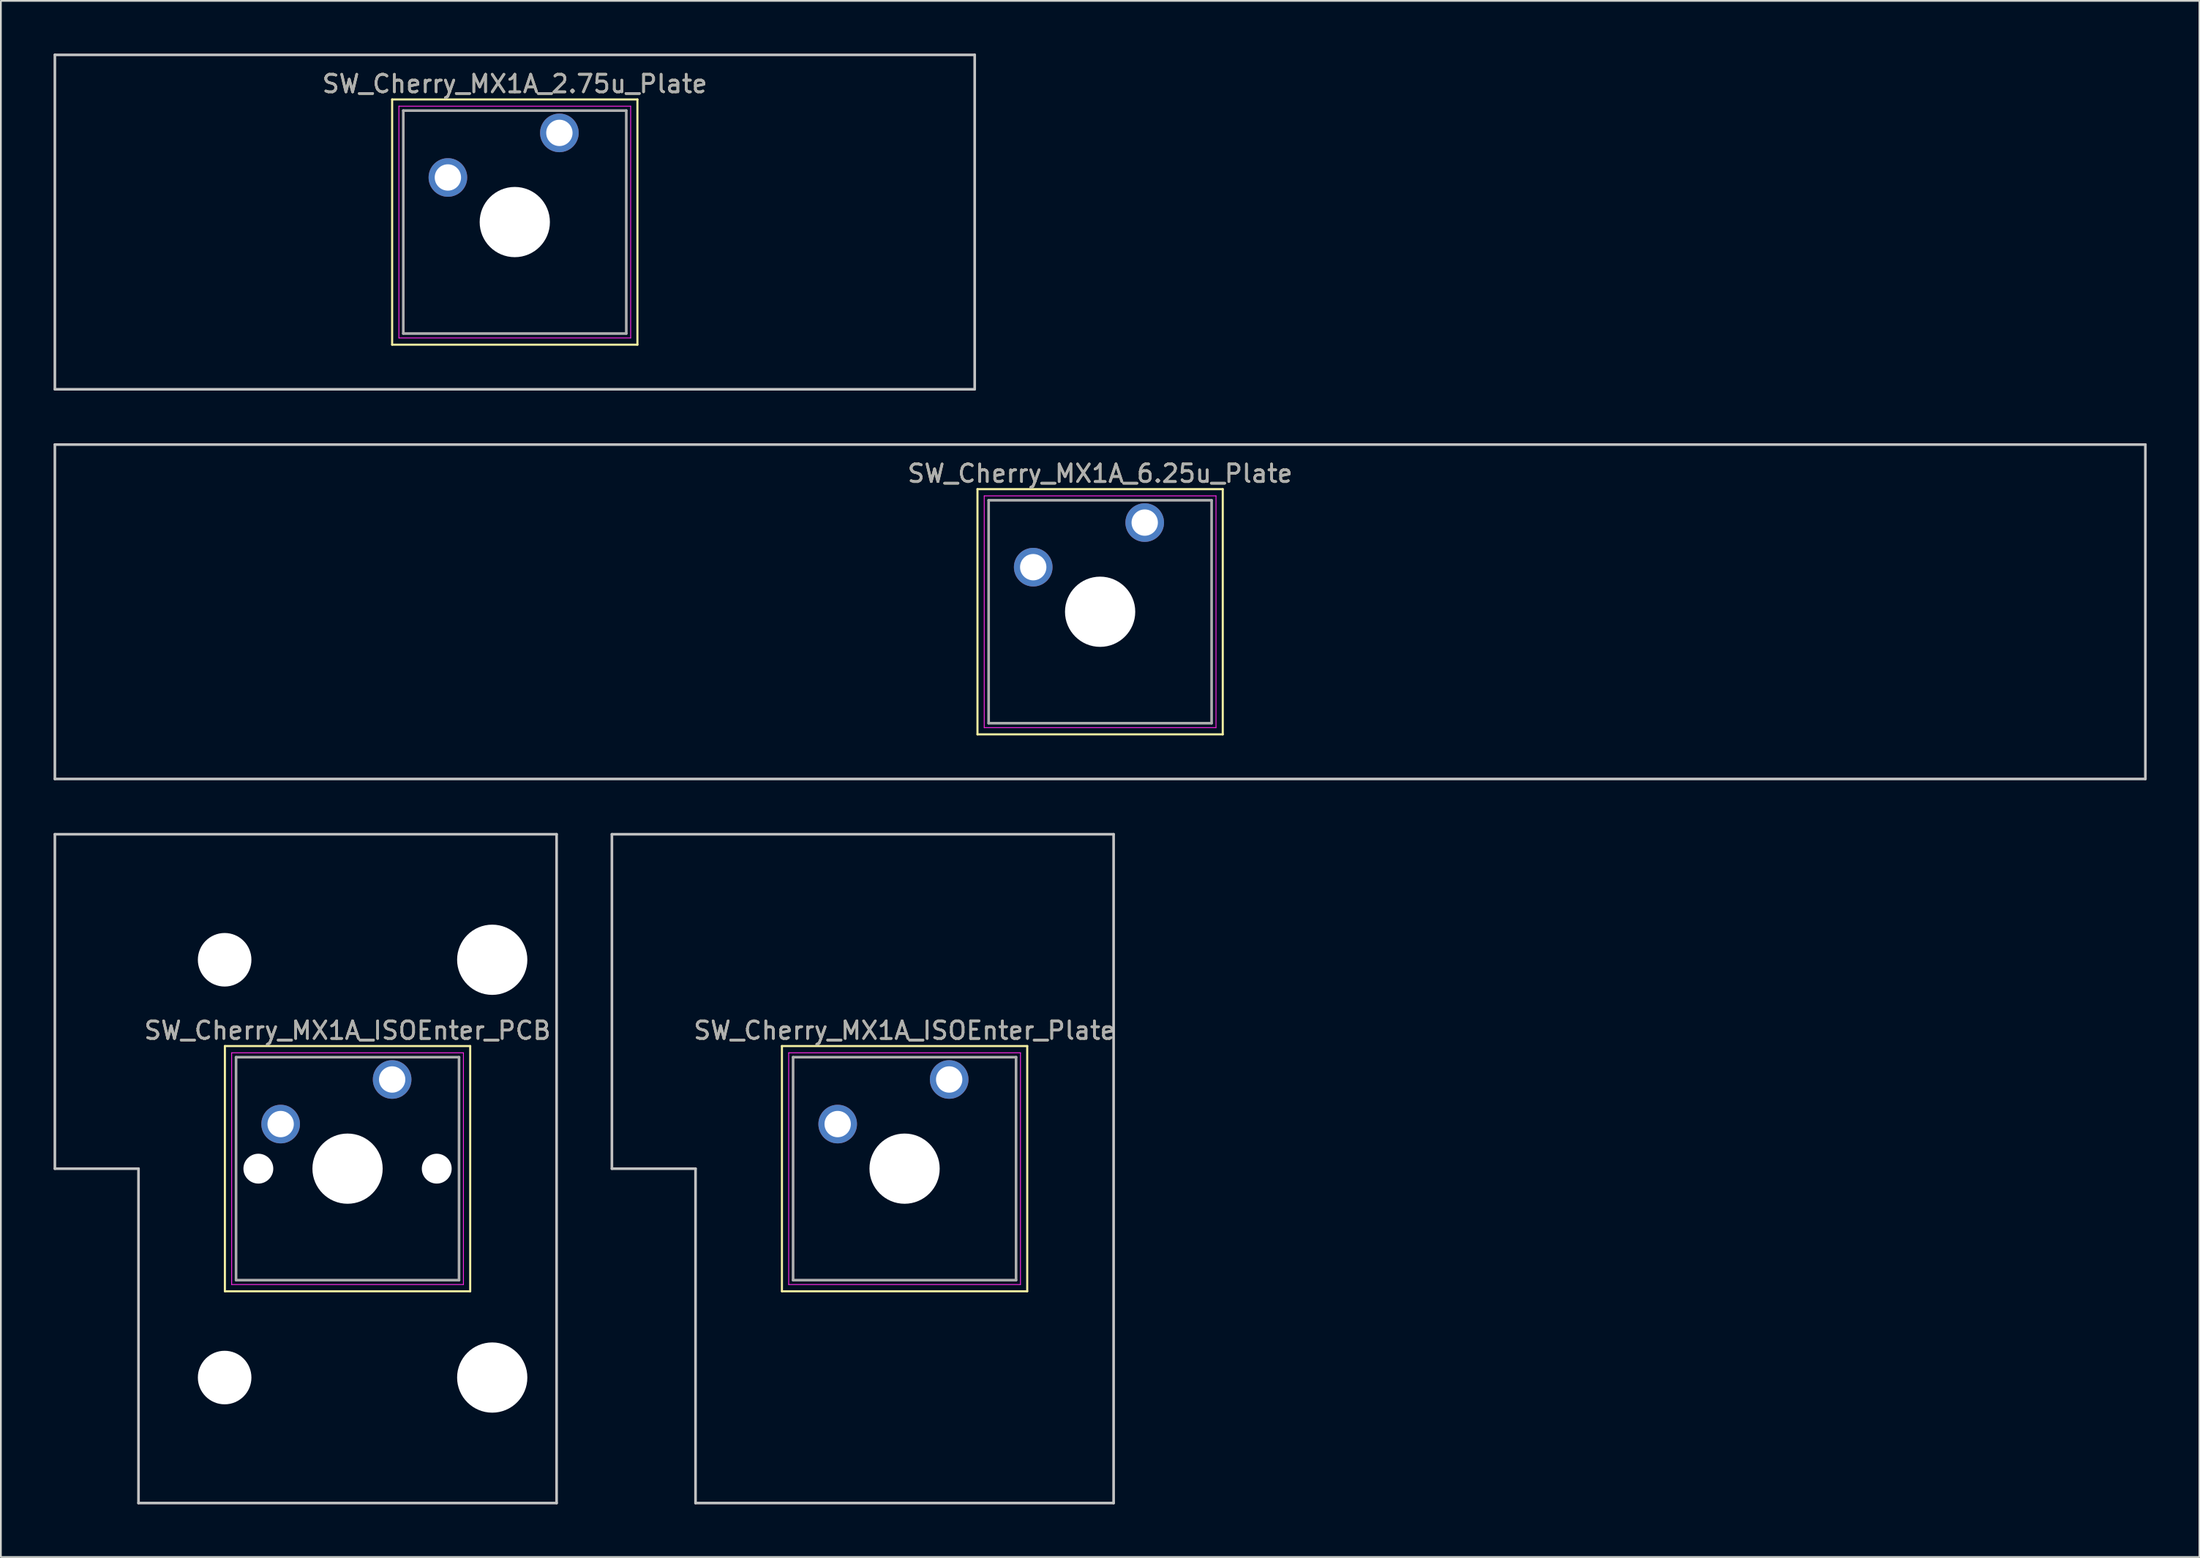
<source format=kicad_pcb>
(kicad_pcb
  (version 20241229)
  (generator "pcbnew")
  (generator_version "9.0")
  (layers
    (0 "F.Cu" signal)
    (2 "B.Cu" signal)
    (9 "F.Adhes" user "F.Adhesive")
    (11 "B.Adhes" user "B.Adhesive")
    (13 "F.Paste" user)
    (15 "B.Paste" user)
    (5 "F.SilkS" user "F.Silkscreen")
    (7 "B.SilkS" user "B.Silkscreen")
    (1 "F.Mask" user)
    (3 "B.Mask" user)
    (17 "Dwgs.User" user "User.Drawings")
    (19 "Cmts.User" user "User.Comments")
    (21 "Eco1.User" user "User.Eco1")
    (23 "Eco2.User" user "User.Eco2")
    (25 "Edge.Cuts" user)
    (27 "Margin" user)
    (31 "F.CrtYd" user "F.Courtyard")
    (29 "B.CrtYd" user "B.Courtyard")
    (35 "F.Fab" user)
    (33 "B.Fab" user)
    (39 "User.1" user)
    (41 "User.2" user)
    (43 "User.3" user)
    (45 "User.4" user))
  (footprint "SW_Cherry_MX1A_2.75u_Plate"
    (layer "F.Cu")
    (at 26.269 9.6)
    (property "Reference" "SW_Cherry_MX1A_2.75u_Plate" (at 0 -7.874 0) (layer "F.SilkS") (effects (font (size 1 1) (thickness 0.15))))
    (attr through_hole)
    (fp_line (start -6.985 -6.985) (end 6.985 -6.985) (stroke (width 0.12) (type solid)) (layer "F.SilkS"))
    (fp_line (start -6.985 6.985) (end -6.985 -6.985) (stroke (width 0.12) (type solid)) (layer "F.SilkS"))
    (fp_line (start 6.985 -6.985) (end 6.985 6.985) (stroke (width 0.12) (type solid)) (layer "F.SilkS"))
    (fp_line (start 6.985 6.985) (end -6.985 6.985) (stroke (width 0.12) (type solid)) (layer "F.SilkS"))
    (fp_line (start -26.194 -9.525) (end 26.194 -9.525) (stroke (width 0.15) (type solid)) (layer "Dwgs.User"))
    (fp_line (start -26.194 9.525) (end -26.194 -9.525) (stroke (width 0.15) (type solid)) (layer "Dwgs.User"))
    (fp_line (start 26.194 -9.525) (end 26.194 9.525) (stroke (width 0.15) (type solid)) (layer "Dwgs.User"))
    (fp_line (start 26.194 9.525) (end -26.194 9.525) (stroke (width 0.15) (type solid)) (layer "Dwgs.User"))
    (fp_line (start -6.6 -6.6) (end 6.6 -6.6) (stroke (width 0.05) (type solid)) (layer "F.CrtYd"))
    (fp_line (start -6.6 6.6) (end -6.6 -6.6) (stroke (width 0.05) (type solid)) (layer "F.CrtYd"))
    (fp_line (start 6.6 -6.6) (end 6.6 6.6) (stroke (width 0.05) (type solid)) (layer "F.CrtYd"))
    (fp_line (start 6.6 6.6) (end -6.6 6.6) (stroke (width 0.05) (type solid)) (layer "F.CrtYd"))
    (fp_line (start -6.35 -6.35) (end 6.35 -6.35) (stroke (width 0.15) (type solid)) (layer "F.Fab"))
    (fp_line (start -6.35 6.35) (end -6.35 -6.35) (stroke (width 0.15) (type solid)) (layer "F.Fab"))
    (fp_line (start 6.35 -6.35) (end 6.35 6.35) (stroke (width 0.15) (type solid)) (layer "F.Fab"))
    (fp_line (start 6.35 6.35) (end -6.35 6.35) (stroke (width 0.15) (type solid)) (layer "F.Fab"))
    (fp_text user "${REFERENCE}" (at 0 -7.874 0) (layer "F.Fab") (effects (font (size 1 1) (thickness 0.15))))
    (pad "" np_thru_hole circle (at 0 0) (size 4 4) (drill 4) (layers "*.Cu" "*.Mask"))
    (pad "1" thru_hole circle (at 2.54 -5.08) (size 2.2 2.2) (drill 1.5) (layers "*.Cu" "*.Mask"))
    (pad "2" thru_hole circle (at -3.81 -2.54) (size 2.2 2.2) (drill 1.5) (layers "*.Cu" "*.Mask")))
  (footprint "SW_Cherry_MX1A_ISOEnter_PCB"
    (layer "F.Cu")
    (at 16.744 63.525)
    (property "Reference" "SW_Cherry_MX1A_ISOEnter_PCB" (at 0 -7.874 0) (layer "F.SilkS") (effects (font (size 1 1) (thickness 0.15))))
    (attr through_hole)
    (fp_line (start -6.985 -6.985) (end 6.985 -6.985) (stroke (width 0.12) (type solid)) (layer "F.SilkS"))
    (fp_line (start -6.985 6.985) (end -6.985 -6.985) (stroke (width 0.12) (type solid)) (layer "F.SilkS"))
    (fp_line (start 6.985 -6.985) (end 6.985 6.985) (stroke (width 0.12) (type solid)) (layer "F.SilkS"))
    (fp_line (start 6.985 6.985) (end -6.985 6.985) (stroke (width 0.12) (type solid)) (layer "F.SilkS"))
    (fp_line (start -16.669 -19.05) (end 11.906 -19.05) (stroke (width 0.15) (type solid)) (layer "Dwgs.User"))
    (fp_line (start -16.669 0) (end -16.669 -19.05) (stroke (width 0.15) (type solid)) (layer "Dwgs.User"))
    (fp_line (start -11.906 0) (end -16.669 0) (stroke (width 0.15) (type solid)) (layer "Dwgs.User"))
    (fp_line (start -11.906 19.05) (end -11.906 0) (stroke (width 0.15) (type solid)) (layer "Dwgs.User"))
    (fp_line (start 11.906 -19.05) (end 11.906 19.05) (stroke (width 0.15) (type solid)) (layer "Dwgs.User"))
    (fp_line (start 11.906 19.05) (end -11.906 19.05) (stroke (width 0.15) (type solid)) (layer "Dwgs.User"))
    (fp_line (start -6.6 -6.6) (end 6.6 -6.6) (stroke (width 0.05) (type solid)) (layer "F.CrtYd"))
    (fp_line (start -6.6 6.6) (end -6.6 -6.6) (stroke (width 0.05) (type solid)) (layer "F.CrtYd"))
    (fp_line (start 6.6 -6.6) (end 6.6 6.6) (stroke (width 0.05) (type solid)) (layer "F.CrtYd"))
    (fp_line (start 6.6 6.6) (end -6.6 6.6) (stroke (width 0.05) (type solid)) (layer "F.CrtYd"))
    (fp_line (start -6.35 -6.35) (end 6.35 -6.35) (stroke (width 0.15) (type solid)) (layer "F.Fab"))
    (fp_line (start -6.35 6.35) (end -6.35 -6.35) (stroke (width 0.15) (type solid)) (layer "F.Fab"))
    (fp_line (start 6.35 -6.35) (end 6.35 6.35) (stroke (width 0.15) (type solid)) (layer "F.Fab"))
    (fp_line (start 6.35 6.35) (end -6.35 6.35) (stroke (width 0.15) (type solid)) (layer "F.Fab"))
    (fp_text user "${REFERENCE}" (at 0 -7.874 0) (layer "F.Fab") (effects (font (size 1 1) (thickness 0.15))))
    (pad "" np_thru_hole circle (at -7 -11.9) (size 3.05 3.05) (drill 3.05) (layers "*.Cu" "*.Mask"))
    (pad "" np_thru_hole circle (at -7 11.9) (size 3.05 3.05) (drill 3.05) (layers "*.Cu" "*.Mask"))
    (pad "" np_thru_hole circle (at -5.08 0) (size 1.7 1.7) (drill 1.7) (layers "*.Cu" "*.Mask"))
    (pad "" np_thru_hole circle (at 0 0) (size 4 4) (drill 4) (layers "*.Cu" "*.Mask"))
    (pad "" np_thru_hole circle (at 5.08 0) (size 1.7 1.7) (drill 1.7) (layers "*.Cu" "*.Mask"))
    (pad "" np_thru_hole circle (at 8.24 -11.9) (size 4 4) (drill 4) (layers "*.Cu" "*.Mask"))
    (pad "" np_thru_hole circle (at 8.24 11.9) (size 4 4) (drill 4) (layers "*.Cu" "*.Mask"))
    (pad "1" thru_hole circle (at 2.54 -5.08) (size 2.2 2.2) (drill 1.5) (layers "*.Cu" "*.Mask"))
    (pad "2" thru_hole circle (at -3.81 -2.54) (size 2.2 2.2) (drill 1.5) (layers "*.Cu" "*.Mask")))
  (footprint "SW_Cherry_MX1A_6.25u_Plate"
    (layer "F.Cu")
    (at 59.606 31.8)
    (property "Reference" "SW_Cherry_MX1A_6.25u_Plate" (at 0 -7.874 0) (layer "F.SilkS") (effects (font (size 1 1) (thickness 0.15))))
    (attr through_hole)
    (fp_line (start -6.985 -6.985) (end 6.985 -6.985) (stroke (width 0.12) (type solid)) (layer "F.SilkS"))
    (fp_line (start -6.985 6.985) (end -6.985 -6.985) (stroke (width 0.12) (type solid)) (layer "F.SilkS"))
    (fp_line (start 6.985 -6.985) (end 6.985 6.985) (stroke (width 0.12) (type solid)) (layer "F.SilkS"))
    (fp_line (start 6.985 6.985) (end -6.985 6.985) (stroke (width 0.12) (type solid)) (layer "F.SilkS"))
    (fp_line (start -59.531 -9.525) (end 59.531 -9.525) (stroke (width 0.15) (type solid)) (layer "Dwgs.User"))
    (fp_line (start -59.531 9.525) (end -59.531 -9.525) (stroke (width 0.15) (type solid)) (layer "Dwgs.User"))
    (fp_line (start 59.531 -9.525) (end 59.531 9.525) (stroke (width 0.15) (type solid)) (layer "Dwgs.User"))
    (fp_line (start 59.531 9.525) (end -59.531 9.525) (stroke (width 0.15) (type solid)) (layer "Dwgs.User"))
    (fp_line (start -6.6 -6.6) (end 6.6 -6.6) (stroke (width 0.05) (type solid)) (layer "F.CrtYd"))
    (fp_line (start -6.6 6.6) (end -6.6 -6.6) (stroke (width 0.05) (type solid)) (layer "F.CrtYd"))
    (fp_line (start 6.6 -6.6) (end 6.6 6.6) (stroke (width 0.05) (type solid)) (layer "F.CrtYd"))
    (fp_line (start 6.6 6.6) (end -6.6 6.6) (stroke (width 0.05) (type solid)) (layer "F.CrtYd"))
    (fp_line (start -6.35 -6.35) (end 6.35 -6.35) (stroke (width 0.15) (type solid)) (layer "F.Fab"))
    (fp_line (start -6.35 6.35) (end -6.35 -6.35) (stroke (width 0.15) (type solid)) (layer "F.Fab"))
    (fp_line (start 6.35 -6.35) (end 6.35 6.35) (stroke (width 0.15) (type solid)) (layer "F.Fab"))
    (fp_line (start 6.35 6.35) (end -6.35 6.35) (stroke (width 0.15) (type solid)) (layer "F.Fab"))
    (fp_text user "${REFERENCE}" (at 0 -7.874 0) (layer "F.Fab") (effects (font (size 1 1) (thickness 0.15))))
    (pad "" np_thru_hole circle (at 0 0) (size 4 4) (drill 4) (layers "*.Cu" "*.Mask"))
    (pad "1" thru_hole circle (at 2.54 -5.08) (size 2.2 2.2) (drill 1.5) (layers "*.Cu" "*.Mask"))
    (pad "2" thru_hole circle (at -3.81 -2.54) (size 2.2 2.2) (drill 1.5) (layers "*.Cu" "*.Mask")))
  (footprint "SW_Cherry_MX1A_ISOEnter_Plate"
    (layer "F.Cu")
    (at 48.469 63.525)
    (property "Reference" "SW_Cherry_MX1A_ISOEnter_Plate" (at 0 -7.874 0) (layer "F.SilkS") (effects (font (size 1 1) (thickness 0.15))))
    (attr through_hole)
    (fp_line (start -6.985 -6.985) (end 6.985 -6.985) (stroke (width 0.12) (type solid)) (layer "F.SilkS"))
    (fp_line (start -6.985 6.985) (end -6.985 -6.985) (stroke (width 0.12) (type solid)) (layer "F.SilkS"))
    (fp_line (start 6.985 -6.985) (end 6.985 6.985) (stroke (width 0.12) (type solid)) (layer "F.SilkS"))
    (fp_line (start 6.985 6.985) (end -6.985 6.985) (stroke (width 0.12) (type solid)) (layer "F.SilkS"))
    (fp_line (start -16.669 -19.05) (end 11.906 -19.05) (stroke (width 0.15) (type solid)) (layer "Dwgs.User"))
    (fp_line (start -16.669 0) (end -16.669 -19.05) (stroke (width 0.15) (type solid)) (layer "Dwgs.User"))
    (fp_line (start -11.906 0) (end -16.669 0) (stroke (width 0.15) (type solid)) (layer "Dwgs.User"))
    (fp_line (start -11.906 19.05) (end -11.906 0) (stroke (width 0.15) (type solid)) (layer "Dwgs.User"))
    (fp_line (start 11.906 -19.05) (end 11.906 19.05) (stroke (width 0.15) (type solid)) (layer "Dwgs.User"))
    (fp_line (start 11.906 19.05) (end -11.906 19.05) (stroke (width 0.15) (type solid)) (layer "Dwgs.User"))
    (fp_line (start -6.6 -6.6) (end 6.6 -6.6) (stroke (width 0.05) (type solid)) (layer "F.CrtYd"))
    (fp_line (start -6.6 6.6) (end -6.6 -6.6) (stroke (width 0.05) (type solid)) (layer "F.CrtYd"))
    (fp_line (start 6.6 -6.6) (end 6.6 6.6) (stroke (width 0.05) (type solid)) (layer "F.CrtYd"))
    (fp_line (start 6.6 6.6) (end -6.6 6.6) (stroke (width 0.05) (type solid)) (layer "F.CrtYd"))
    (fp_line (start -6.35 -6.35) (end 6.35 -6.35) (stroke (width 0.15) (type solid)) (layer "F.Fab"))
    (fp_line (start -6.35 6.35) (end -6.35 -6.35) (stroke (width 0.15) (type solid)) (layer "F.Fab"))
    (fp_line (start 6.35 -6.35) (end 6.35 6.35) (stroke (width 0.15) (type solid)) (layer "F.Fab"))
    (fp_line (start 6.35 6.35) (end -6.35 6.35) (stroke (width 0.15) (type solid)) (layer "F.Fab"))
    (fp_text user "${REFERENCE}" (at 0 -7.874 0) (layer "F.Fab") (effects (font (size 1 1) (thickness 0.15))))
    (pad "" np_thru_hole circle (at 0 0) (size 4 4) (drill 4) (layers "*.Cu" "*.Mask"))
    (pad "1" thru_hole circle (at 2.54 -5.08) (size 2.2 2.2) (drill 1.5) (layers "*.Cu" "*.Mask"))
    (pad "2" thru_hole circle (at -3.81 -2.54) (size 2.2 2.2) (drill 1.5) (layers "*.Cu" "*.Mask")))
  (gr_rect
    (start -3 -3)
    (end 122.213 85.65)
    (stroke (width 0.1) (type default))
    (fill no)
    (layer "Edge.Cuts")))
</source>
